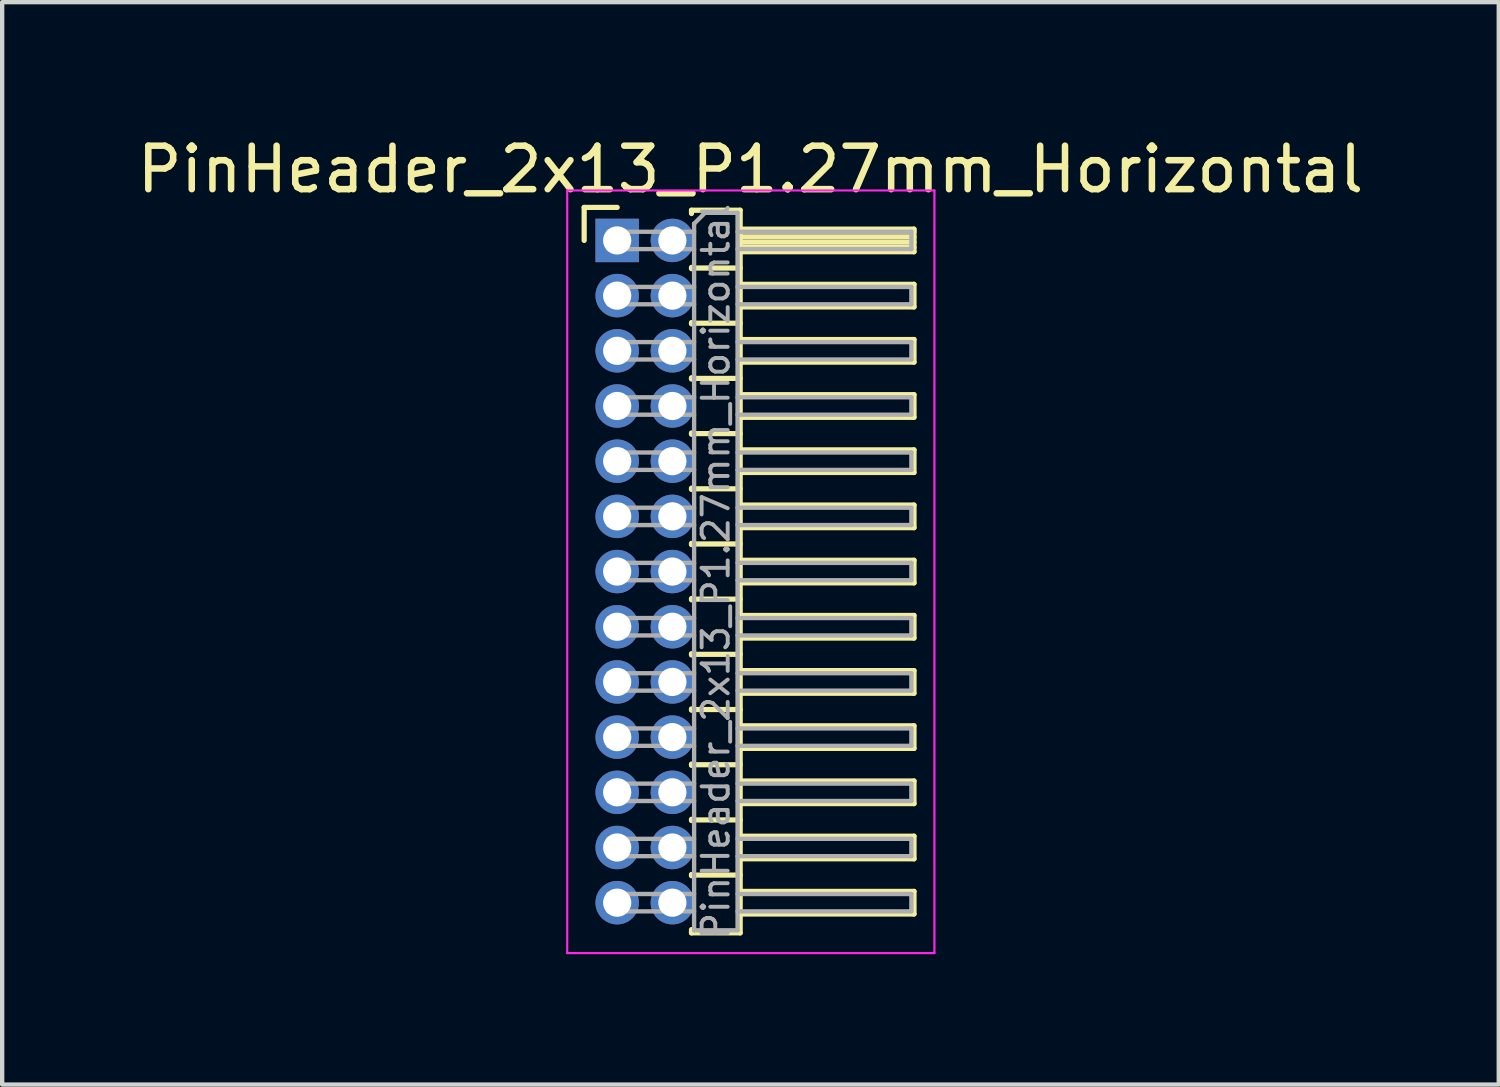
<source format=kicad_pcb>
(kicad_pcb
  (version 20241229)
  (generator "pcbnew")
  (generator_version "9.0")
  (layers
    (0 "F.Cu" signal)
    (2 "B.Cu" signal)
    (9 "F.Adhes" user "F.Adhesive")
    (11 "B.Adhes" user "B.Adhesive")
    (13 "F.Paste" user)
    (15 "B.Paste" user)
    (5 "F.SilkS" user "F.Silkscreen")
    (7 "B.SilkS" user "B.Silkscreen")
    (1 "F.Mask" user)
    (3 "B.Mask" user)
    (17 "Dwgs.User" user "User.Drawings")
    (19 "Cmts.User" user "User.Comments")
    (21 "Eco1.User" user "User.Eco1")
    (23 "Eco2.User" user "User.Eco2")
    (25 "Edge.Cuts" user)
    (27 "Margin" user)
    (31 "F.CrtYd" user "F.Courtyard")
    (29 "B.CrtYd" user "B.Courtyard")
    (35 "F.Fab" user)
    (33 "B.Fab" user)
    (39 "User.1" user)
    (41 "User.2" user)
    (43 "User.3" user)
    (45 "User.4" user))
  (footprint "PinHeader_2x13_P1.27mm_Horizontal"
    (layer "F.Cu")
    (at 11.153 2.483)
    (property "Reference" "PinHeader_2x13_P1.27mm_Horizontal" (at 3.067 -1.635 0) (layer "F.SilkS") (effects (font (size 1 1) (thickness 0.15))))
    (attr through_hole)
    (fp_line (start -0.76 -0.76) (end 0 -0.76) (stroke (width 0.12) (type solid)) (layer "F.SilkS"))
    (fp_line (start -0.76 0) (end -0.76 -0.76) (stroke (width 0.12) (type solid)) (layer "F.SilkS"))
    (fp_line (start 1.71 -0.695) (end 2.83 -0.695) (stroke (width 0.12) (type solid)) (layer "F.SilkS"))
    (fp_line (start 1.71 -0.62) (end 1.71 -0.695) (stroke (width 0.12) (type solid)) (layer "F.SilkS"))
    (fp_line (start 1.71 0.62) (end 1.71 0.65) (stroke (width 0.12) (type solid)) (layer "F.SilkS"))
    (fp_line (start 1.71 0.635) (end 2.83 0.635) (stroke (width 0.12) (type solid)) (layer "F.SilkS"))
    (fp_line (start 1.71 1.89) (end 1.71 1.92) (stroke (width 0.12) (type solid)) (layer "F.SilkS"))
    (fp_line (start 1.71 1.905) (end 2.83 1.905) (stroke (width 0.12) (type solid)) (layer "F.SilkS"))
    (fp_line (start 1.71 3.16) (end 1.71 3.19) (stroke (width 0.12) (type solid)) (layer "F.SilkS"))
    (fp_line (start 1.71 3.175) (end 2.83 3.175) (stroke (width 0.12) (type solid)) (layer "F.SilkS"))
    (fp_line (start 1.71 4.43) (end 1.71 4.46) (stroke (width 0.12) (type solid)) (layer "F.SilkS"))
    (fp_line (start 1.71 4.445) (end 2.83 4.445) (stroke (width 0.12) (type solid)) (layer "F.SilkS"))
    (fp_line (start 1.71 5.7) (end 1.71 5.73) (stroke (width 0.12) (type solid)) (layer "F.SilkS"))
    (fp_line (start 1.71 5.715) (end 2.83 5.715) (stroke (width 0.12) (type solid)) (layer "F.SilkS"))
    (fp_line (start 1.71 6.97) (end 1.71 7) (stroke (width 0.12) (type solid)) (layer "F.SilkS"))
    (fp_line (start 1.71 6.985) (end 2.83 6.985) (stroke (width 0.12) (type solid)) (layer "F.SilkS"))
    (fp_line (start 1.71 8.24) (end 1.71 8.27) (stroke (width 0.12) (type solid)) (layer "F.SilkS"))
    (fp_line (start 1.71 8.255) (end 2.83 8.255) (stroke (width 0.12) (type solid)) (layer "F.SilkS"))
    (fp_line (start 1.71 9.51) (end 1.71 9.54) (stroke (width 0.12) (type solid)) (layer "F.SilkS"))
    (fp_line (start 1.71 9.525) (end 2.83 9.525) (stroke (width 0.12) (type solid)) (layer "F.SilkS"))
    (fp_line (start 1.71 10.78) (end 1.71 10.81) (stroke (width 0.12) (type solid)) (layer "F.SilkS"))
    (fp_line (start 1.71 10.795) (end 2.83 10.795) (stroke (width 0.12) (type solid)) (layer "F.SilkS"))
    (fp_line (start 1.71 12.05) (end 1.71 12.08) (stroke (width 0.12) (type solid)) (layer "F.SilkS"))
    (fp_line (start 1.71 12.065) (end 2.83 12.065) (stroke (width 0.12) (type solid)) (layer "F.SilkS"))
    (fp_line (start 1.71 13.32) (end 1.71 13.35) (stroke (width 0.12) (type solid)) (layer "F.SilkS"))
    (fp_line (start 1.71 13.335) (end 2.83 13.335) (stroke (width 0.12) (type solid)) (layer "F.SilkS"))
    (fp_line (start 1.71 14.59) (end 1.71 14.62) (stroke (width 0.12) (type solid)) (layer "F.SilkS"))
    (fp_line (start 1.71 14.605) (end 2.83 14.605) (stroke (width 0.12) (type solid)) (layer "F.SilkS"))
    (fp_line (start 1.71 15.935) (end 1.71 15.86) (stroke (width 0.12) (type solid)) (layer "F.SilkS"))
    (fp_line (start 2.83 -0.695) (end 2.83 15.935) (stroke (width 0.12) (type solid)) (layer "F.SilkS"))
    (fp_line (start 2.83 -0.26) (end 6.83 -0.26) (stroke (width 0.12) (type solid)) (layer "F.SilkS"))
    (fp_line (start 2.83 -0.2) (end 6.83 -0.2) (stroke (width 0.12) (type solid)) (layer "F.SilkS"))
    (fp_line (start 2.83 -0.08) (end 6.83 -0.08) (stroke (width 0.12) (type solid)) (layer "F.SilkS"))
    (fp_line (start 2.83 0.04) (end 6.83 0.04) (stroke (width 0.12) (type solid)) (layer "F.SilkS"))
    (fp_line (start 2.83 0.16) (end 6.83 0.16) (stroke (width 0.12) (type solid)) (layer "F.SilkS"))
    (fp_line (start 2.83 1.01) (end 6.83 1.01) (stroke (width 0.12) (type solid)) (layer "F.SilkS"))
    (fp_line (start 2.83 2.28) (end 6.83 2.28) (stroke (width 0.12) (type solid)) (layer "F.SilkS"))
    (fp_line (start 2.83 3.55) (end 6.83 3.55) (stroke (width 0.12) (type solid)) (layer "F.SilkS"))
    (fp_line (start 2.83 4.82) (end 6.83 4.82) (stroke (width 0.12) (type solid)) (layer "F.SilkS"))
    (fp_line (start 2.83 6.09) (end 6.83 6.09) (stroke (width 0.12) (type solid)) (layer "F.SilkS"))
    (fp_line (start 2.83 7.36) (end 6.83 7.36) (stroke (width 0.12) (type solid)) (layer "F.SilkS"))
    (fp_line (start 2.83 8.63) (end 6.83 8.63) (stroke (width 0.12) (type solid)) (layer "F.SilkS"))
    (fp_line (start 2.83 9.9) (end 6.83 9.9) (stroke (width 0.12) (type solid)) (layer "F.SilkS"))
    (fp_line (start 2.83 11.17) (end 6.83 11.17) (stroke (width 0.12) (type solid)) (layer "F.SilkS"))
    (fp_line (start 2.83 12.44) (end 6.83 12.44) (stroke (width 0.12) (type solid)) (layer "F.SilkS"))
    (fp_line (start 2.83 13.71) (end 6.83 13.71) (stroke (width 0.12) (type solid)) (layer "F.SilkS"))
    (fp_line (start 2.83 14.98) (end 6.83 14.98) (stroke (width 0.12) (type solid)) (layer "F.SilkS"))
    (fp_line (start 2.83 15.935) (end 1.71 15.935) (stroke (width 0.12) (type solid)) (layer "F.SilkS"))
    (fp_line (start 6.83 -0.26) (end 6.83 0.26) (stroke (width 0.12) (type solid)) (layer "F.SilkS"))
    (fp_line (start 6.83 0.26) (end 2.83 0.26) (stroke (width 0.12) (type solid)) (layer "F.SilkS"))
    (fp_line (start 6.83 1.01) (end 6.83 1.53) (stroke (width 0.12) (type solid)) (layer "F.SilkS"))
    (fp_line (start 6.83 1.53) (end 2.83 1.53) (stroke (width 0.12) (type solid)) (layer "F.SilkS"))
    (fp_line (start 6.83 2.28) (end 6.83 2.8) (stroke (width 0.12) (type solid)) (layer "F.SilkS"))
    (fp_line (start 6.83 2.8) (end 2.83 2.8) (stroke (width 0.12) (type solid)) (layer "F.SilkS"))
    (fp_line (start 6.83 3.55) (end 6.83 4.07) (stroke (width 0.12) (type solid)) (layer "F.SilkS"))
    (fp_line (start 6.83 4.07) (end 2.83 4.07) (stroke (width 0.12) (type solid)) (layer "F.SilkS"))
    (fp_line (start 6.83 4.82) (end 6.83 5.34) (stroke (width 0.12) (type solid)) (layer "F.SilkS"))
    (fp_line (start 6.83 5.34) (end 2.83 5.34) (stroke (width 0.12) (type solid)) (layer "F.SilkS"))
    (fp_line (start 6.83 6.09) (end 6.83 6.61) (stroke (width 0.12) (type solid)) (layer "F.SilkS"))
    (fp_line (start 6.83 6.61) (end 2.83 6.61) (stroke (width 0.12) (type solid)) (layer "F.SilkS"))
    (fp_line (start 6.83 7.36) (end 6.83 7.88) (stroke (width 0.12) (type solid)) (layer "F.SilkS"))
    (fp_line (start 6.83 7.88) (end 2.83 7.88) (stroke (width 0.12) (type solid)) (layer "F.SilkS"))
    (fp_line (start 6.83 8.63) (end 6.83 9.15) (stroke (width 0.12) (type solid)) (layer "F.SilkS"))
    (fp_line (start 6.83 9.15) (end 2.83 9.15) (stroke (width 0.12) (type solid)) (layer "F.SilkS"))
    (fp_line (start 6.83 9.9) (end 6.83 10.42) (stroke (width 0.12) (type solid)) (layer "F.SilkS"))
    (fp_line (start 6.83 10.42) (end 2.83 10.42) (stroke (width 0.12) (type solid)) (layer "F.SilkS"))
    (fp_line (start 6.83 11.17) (end 6.83 11.69) (stroke (width 0.12) (type solid)) (layer "F.SilkS"))
    (fp_line (start 6.83 11.69) (end 2.83 11.69) (stroke (width 0.12) (type solid)) (layer "F.SilkS"))
    (fp_line (start 6.83 12.44) (end 6.83 12.96) (stroke (width 0.12) (type solid)) (layer "F.SilkS"))
    (fp_line (start 6.83 12.96) (end 2.83 12.96) (stroke (width 0.12) (type solid)) (layer "F.SilkS"))
    (fp_line (start 6.83 13.71) (end 6.83 14.23) (stroke (width 0.12) (type solid)) (layer "F.SilkS"))
    (fp_line (start 6.83 14.23) (end 2.83 14.23) (stroke (width 0.12) (type solid)) (layer "F.SilkS"))
    (fp_line (start 6.83 14.98) (end 6.83 15.5) (stroke (width 0.12) (type solid)) (layer "F.SilkS"))
    (fp_line (start 6.83 15.5) (end 2.83 15.5) (stroke (width 0.12) (type solid)) (layer "F.SilkS"))
    (fp_line (start -1.15 -1.15) (end -1.15 16.4) (stroke (width 0.05) (type solid)) (layer "F.CrtYd"))
    (fp_line (start -1.15 16.4) (end 7.3 16.4) (stroke (width 0.05) (type solid)) (layer "F.CrtYd"))
    (fp_line (start 7.3 -1.15) (end -1.15 -1.15) (stroke (width 0.05) (type solid)) (layer "F.CrtYd"))
    (fp_line (start 7.3 16.4) (end 7.3 -1.15) (stroke (width 0.05) (type solid)) (layer "F.CrtYd"))
    (fp_line (start -0.2 -0.2) (end -0.2 0.2) (stroke (width 0.1) (type solid)) (layer "F.Fab"))
    (fp_line (start -0.2 -0.2) (end 1.77 -0.2) (stroke (width 0.1) (type solid)) (layer "F.Fab"))
    (fp_line (start -0.2 0.2) (end 1.77 0.2) (stroke (width 0.1) (type solid)) (layer "F.Fab"))
    (fp_line (start -0.2 1.07) (end -0.2 1.47) (stroke (width 0.1) (type solid)) (layer "F.Fab"))
    (fp_line (start -0.2 1.07) (end 1.77 1.07) (stroke (width 0.1) (type solid)) (layer "F.Fab"))
    (fp_line (start -0.2 1.47) (end 1.77 1.47) (stroke (width 0.1) (type solid)) (layer "F.Fab"))
    (fp_line (start -0.2 2.34) (end -0.2 2.74) (stroke (width 0.1) (type solid)) (layer "F.Fab"))
    (fp_line (start -0.2 2.34) (end 1.77 2.34) (stroke (width 0.1) (type solid)) (layer "F.Fab"))
    (fp_line (start -0.2 2.74) (end 1.77 2.74) (stroke (width 0.1) (type solid)) (layer "F.Fab"))
    (fp_line (start -0.2 3.61) (end -0.2 4.01) (stroke (width 0.1) (type solid)) (layer "F.Fab"))
    (fp_line (start -0.2 3.61) (end 1.77 3.61) (stroke (width 0.1) (type solid)) (layer "F.Fab"))
    (fp_line (start -0.2 4.01) (end 1.77 4.01) (stroke (width 0.1) (type solid)) (layer "F.Fab"))
    (fp_line (start -0.2 4.88) (end -0.2 5.28) (stroke (width 0.1) (type solid)) (layer "F.Fab"))
    (fp_line (start -0.2 4.88) (end 1.77 4.88) (stroke (width 0.1) (type solid)) (layer "F.Fab"))
    (fp_line (start -0.2 5.28) (end 1.77 5.28) (stroke (width 0.1) (type solid)) (layer "F.Fab"))
    (fp_line (start -0.2 6.15) (end -0.2 6.55) (stroke (width 0.1) (type solid)) (layer "F.Fab"))
    (fp_line (start -0.2 6.15) (end 1.77 6.15) (stroke (width 0.1) (type solid)) (layer "F.Fab"))
    (fp_line (start -0.2 6.55) (end 1.77 6.55) (stroke (width 0.1) (type solid)) (layer "F.Fab"))
    (fp_line (start -0.2 7.42) (end -0.2 7.82) (stroke (width 0.1) (type solid)) (layer "F.Fab"))
    (fp_line (start -0.2 7.42) (end 1.77 7.42) (stroke (width 0.1) (type solid)) (layer "F.Fab"))
    (fp_line (start -0.2 7.82) (end 1.77 7.82) (stroke (width 0.1) (type solid)) (layer "F.Fab"))
    (fp_line (start -0.2 8.69) (end -0.2 9.09) (stroke (width 0.1) (type solid)) (layer "F.Fab"))
    (fp_line (start -0.2 8.69) (end 1.77 8.69) (stroke (width 0.1) (type solid)) (layer "F.Fab"))
    (fp_line (start -0.2 9.09) (end 1.77 9.09) (stroke (width 0.1) (type solid)) (layer "F.Fab"))
    (fp_line (start -0.2 9.96) (end -0.2 10.36) (stroke (width 0.1) (type solid)) (layer "F.Fab"))
    (fp_line (start -0.2 9.96) (end 1.77 9.96) (stroke (width 0.1) (type solid)) (layer "F.Fab"))
    (fp_line (start -0.2 10.36) (end 1.77 10.36) (stroke (width 0.1) (type solid)) (layer "F.Fab"))
    (fp_line (start -0.2 11.23) (end -0.2 11.63) (stroke (width 0.1) (type solid)) (layer "F.Fab"))
    (fp_line (start -0.2 11.23) (end 1.77 11.23) (stroke (width 0.1) (type solid)) (layer "F.Fab"))
    (fp_line (start -0.2 11.63) (end 1.77 11.63) (stroke (width 0.1) (type solid)) (layer "F.Fab"))
    (fp_line (start -0.2 12.5) (end -0.2 12.9) (stroke (width 0.1) (type solid)) (layer "F.Fab"))
    (fp_line (start -0.2 12.5) (end 1.77 12.5) (stroke (width 0.1) (type solid)) (layer "F.Fab"))
    (fp_line (start -0.2 12.9) (end 1.77 12.9) (stroke (width 0.1) (type solid)) (layer "F.Fab"))
    (fp_line (start -0.2 13.77) (end -0.2 14.17) (stroke (width 0.1) (type solid)) (layer "F.Fab"))
    (fp_line (start -0.2 13.77) (end 1.77 13.77) (stroke (width 0.1) (type solid)) (layer "F.Fab"))
    (fp_line (start -0.2 14.17) (end 1.77 14.17) (stroke (width 0.1) (type solid)) (layer "F.Fab"))
    (fp_line (start -0.2 15.04) (end -0.2 15.44) (stroke (width 0.1) (type solid)) (layer "F.Fab"))
    (fp_line (start -0.2 15.04) (end 1.77 15.04) (stroke (width 0.1) (type solid)) (layer "F.Fab"))
    (fp_line (start -0.2 15.44) (end 1.77 15.44) (stroke (width 0.1) (type solid)) (layer "F.Fab"))
    (fp_line (start 1.77 -0.385) (end 2.02 -0.635) (stroke (width 0.1) (type solid)) (layer "F.Fab"))
    (fp_line (start 1.77 15.875) (end 1.77 -0.385) (stroke (width 0.1) (type solid)) (layer "F.Fab"))
    (fp_line (start 2.02 -0.635) (end 2.77 -0.635) (stroke (width 0.1) (type solid)) (layer "F.Fab"))
    (fp_line (start 2.77 -0.635) (end 2.77 15.875) (stroke (width 0.1) (type solid)) (layer "F.Fab"))
    (fp_line (start 2.77 -0.2) (end 6.77 -0.2) (stroke (width 0.1) (type solid)) (layer "F.Fab"))
    (fp_line (start 2.77 0.2) (end 6.77 0.2) (stroke (width 0.1) (type solid)) (layer "F.Fab"))
    (fp_line (start 2.77 1.07) (end 6.77 1.07) (stroke (width 0.1) (type solid)) (layer "F.Fab"))
    (fp_line (start 2.77 1.47) (end 6.77 1.47) (stroke (width 0.1) (type solid)) (layer "F.Fab"))
    (fp_line (start 2.77 2.34) (end 6.77 2.34) (stroke (width 0.1) (type solid)) (layer "F.Fab"))
    (fp_line (start 2.77 2.74) (end 6.77 2.74) (stroke (width 0.1) (type solid)) (layer "F.Fab"))
    (fp_line (start 2.77 3.61) (end 6.77 3.61) (stroke (width 0.1) (type solid)) (layer "F.Fab"))
    (fp_line (start 2.77 4.01) (end 6.77 4.01) (stroke (width 0.1) (type solid)) (layer "F.Fab"))
    (fp_line (start 2.77 4.88) (end 6.77 4.88) (stroke (width 0.1) (type solid)) (layer "F.Fab"))
    (fp_line (start 2.77 5.28) (end 6.77 5.28) (stroke (width 0.1) (type solid)) (layer "F.Fab"))
    (fp_line (start 2.77 6.15) (end 6.77 6.15) (stroke (width 0.1) (type solid)) (layer "F.Fab"))
    (fp_line (start 2.77 6.55) (end 6.77 6.55) (stroke (width 0.1) (type solid)) (layer "F.Fab"))
    (fp_line (start 2.77 7.42) (end 6.77 7.42) (stroke (width 0.1) (type solid)) (layer "F.Fab"))
    (fp_line (start 2.77 7.82) (end 6.77 7.82) (stroke (width 0.1) (type solid)) (layer "F.Fab"))
    (fp_line (start 2.77 8.69) (end 6.77 8.69) (stroke (width 0.1) (type solid)) (layer "F.Fab"))
    (fp_line (start 2.77 9.09) (end 6.77 9.09) (stroke (width 0.1) (type solid)) (layer "F.Fab"))
    (fp_line (start 2.77 9.96) (end 6.77 9.96) (stroke (width 0.1) (type solid)) (layer "F.Fab"))
    (fp_line (start 2.77 10.36) (end 6.77 10.36) (stroke (width 0.1) (type solid)) (layer "F.Fab"))
    (fp_line (start 2.77 11.23) (end 6.77 11.23) (stroke (width 0.1) (type solid)) (layer "F.Fab"))
    (fp_line (start 2.77 11.63) (end 6.77 11.63) (stroke (width 0.1) (type solid)) (layer "F.Fab"))
    (fp_line (start 2.77 12.5) (end 6.77 12.5) (stroke (width 0.1) (type solid)) (layer "F.Fab"))
    (fp_line (start 2.77 12.9) (end 6.77 12.9) (stroke (width 0.1) (type solid)) (layer "F.Fab"))
    (fp_line (start 2.77 13.77) (end 6.77 13.77) (stroke (width 0.1) (type solid)) (layer "F.Fab"))
    (fp_line (start 2.77 14.17) (end 6.77 14.17) (stroke (width 0.1) (type solid)) (layer "F.Fab"))
    (fp_line (start 2.77 15.04) (end 6.77 15.04) (stroke (width 0.1) (type solid)) (layer "F.Fab"))
    (fp_line (start 2.77 15.44) (end 6.77 15.44) (stroke (width 0.1) (type solid)) (layer "F.Fab"))
    (fp_line (start 2.77 15.875) (end 1.77 15.875) (stroke (width 0.1) (type solid)) (layer "F.Fab"))
    (fp_line (start 6.77 -0.2) (end 6.77 0.2) (stroke (width 0.1) (type solid)) (layer "F.Fab"))
    (fp_line (start 6.77 1.07) (end 6.77 1.47) (stroke (width 0.1) (type solid)) (layer "F.Fab"))
    (fp_line (start 6.77 2.34) (end 6.77 2.74) (stroke (width 0.1) (type solid)) (layer "F.Fab"))
    (fp_line (start 6.77 3.61) (end 6.77 4.01) (stroke (width 0.1) (type solid)) (layer "F.Fab"))
    (fp_line (start 6.77 4.88) (end 6.77 5.28) (stroke (width 0.1) (type solid)) (layer "F.Fab"))
    (fp_line (start 6.77 6.15) (end 6.77 6.55) (stroke (width 0.1) (type solid)) (layer "F.Fab"))
    (fp_line (start 6.77 7.42) (end 6.77 7.82) (stroke (width 0.1) (type solid)) (layer "F.Fab"))
    (fp_line (start 6.77 8.69) (end 6.77 9.09) (stroke (width 0.1) (type solid)) (layer "F.Fab"))
    (fp_line (start 6.77 9.96) (end 6.77 10.36) (stroke (width 0.1) (type solid)) (layer "F.Fab"))
    (fp_line (start 6.77 11.23) (end 6.77 11.63) (stroke (width 0.1) (type solid)) (layer "F.Fab"))
    (fp_line (start 6.77 12.5) (end 6.77 12.9) (stroke (width 0.1) (type solid)) (layer "F.Fab"))
    (fp_line (start 6.77 13.77) (end 6.77 14.17) (stroke (width 0.1) (type solid)) (layer "F.Fab"))
    (fp_line (start 6.77 15.04) (end 6.77 15.44) (stroke (width 0.1) (type solid)) (layer "F.Fab"))
    (fp_text user "${REFERENCE}" (at 2.27 7.62 90) (layer "F.Fab") (effects (font (size 0.6 0.6) (thickness 0.09))))
    (pad "1" thru_hole rect (at 0 0) (size 1 1) (drill 0.65) (layers "*.Cu" "*.Mask"))
    (pad "2" thru_hole oval (at 1.27 0) (size 1 1) (drill 0.65) (layers "*.Cu" "*.Mask"))
    (pad "3" thru_hole oval (at 0 1.27) (size 1 1) (drill 0.65) (layers "*.Cu" "*.Mask"))
    (pad "4" thru_hole oval (at 1.27 1.27) (size 1 1) (drill 0.65) (layers "*.Cu" "*.Mask"))
    (pad "5" thru_hole oval (at 0 2.54) (size 1 1) (drill 0.65) (layers "*.Cu" "*.Mask"))
    (pad "6" thru_hole oval (at 1.27 2.54) (size 1 1) (drill 0.65) (layers "*.Cu" "*.Mask"))
    (pad "7" thru_hole oval (at 0 3.81) (size 1 1) (drill 0.65) (layers "*.Cu" "*.Mask"))
    (pad "8" thru_hole oval (at 1.27 3.81) (size 1 1) (drill 0.65) (layers "*.Cu" "*.Mask"))
    (pad "9" thru_hole oval (at 0 5.08) (size 1 1) (drill 0.65) (layers "*.Cu" "*.Mask"))
    (pad "10" thru_hole oval (at 1.27 5.08) (size 1 1) (drill 0.65) (layers "*.Cu" "*.Mask"))
    (pad "11" thru_hole oval (at 0 6.35) (size 1 1) (drill 0.65) (layers "*.Cu" "*.Mask"))
    (pad "12" thru_hole oval (at 1.27 6.35) (size 1 1) (drill 0.65) (layers "*.Cu" "*.Mask"))
    (pad "13" thru_hole oval (at 0 7.62) (size 1 1) (drill 0.65) (layers "*.Cu" "*.Mask"))
    (pad "14" thru_hole oval (at 1.27 7.62) (size 1 1) (drill 0.65) (layers "*.Cu" "*.Mask"))
    (pad "15" thru_hole oval (at 0 8.89) (size 1 1) (drill 0.65) (layers "*.Cu" "*.Mask"))
    (pad "16" thru_hole oval (at 1.27 8.89) (size 1 1) (drill 0.65) (layers "*.Cu" "*.Mask"))
    (pad "17" thru_hole oval (at 0 10.16) (size 1 1) (drill 0.65) (layers "*.Cu" "*.Mask"))
    (pad "18" thru_hole oval (at 1.27 10.16) (size 1 1) (drill 0.65) (layers "*.Cu" "*.Mask"))
    (pad "19" thru_hole oval (at 0 11.43) (size 1 1) (drill 0.65) (layers "*.Cu" "*.Mask"))
    (pad "20" thru_hole oval (at 1.27 11.43) (size 1 1) (drill 0.65) (layers "*.Cu" "*.Mask"))
    (pad "21" thru_hole oval (at 0 12.7) (size 1 1) (drill 0.65) (layers "*.Cu" "*.Mask"))
    (pad "22" thru_hole oval (at 1.27 12.7) (size 1 1) (drill 0.65) (layers "*.Cu" "*.Mask"))
    (pad "23" thru_hole oval (at 0 13.97) (size 1 1) (drill 0.65) (layers "*.Cu" "*.Mask"))
    (pad "24" thru_hole oval (at 1.27 13.97) (size 1 1) (drill 0.65) (layers "*.Cu" "*.Mask"))
    (pad "25" thru_hole oval (at 0 15.24) (size 1 1) (drill 0.65) (layers "*.Cu" "*.Mask"))
    (pad "26" thru_hole oval (at 1.27 15.24) (size 1 1) (drill 0.65) (layers "*.Cu" "*.Mask")))
  (gr_rect
    (start -3 -3)
    (end 31.44 21.908)
    (stroke (width 0.1) (type default))
    (fill no)
    (layer "Edge.Cuts")))
</source>
